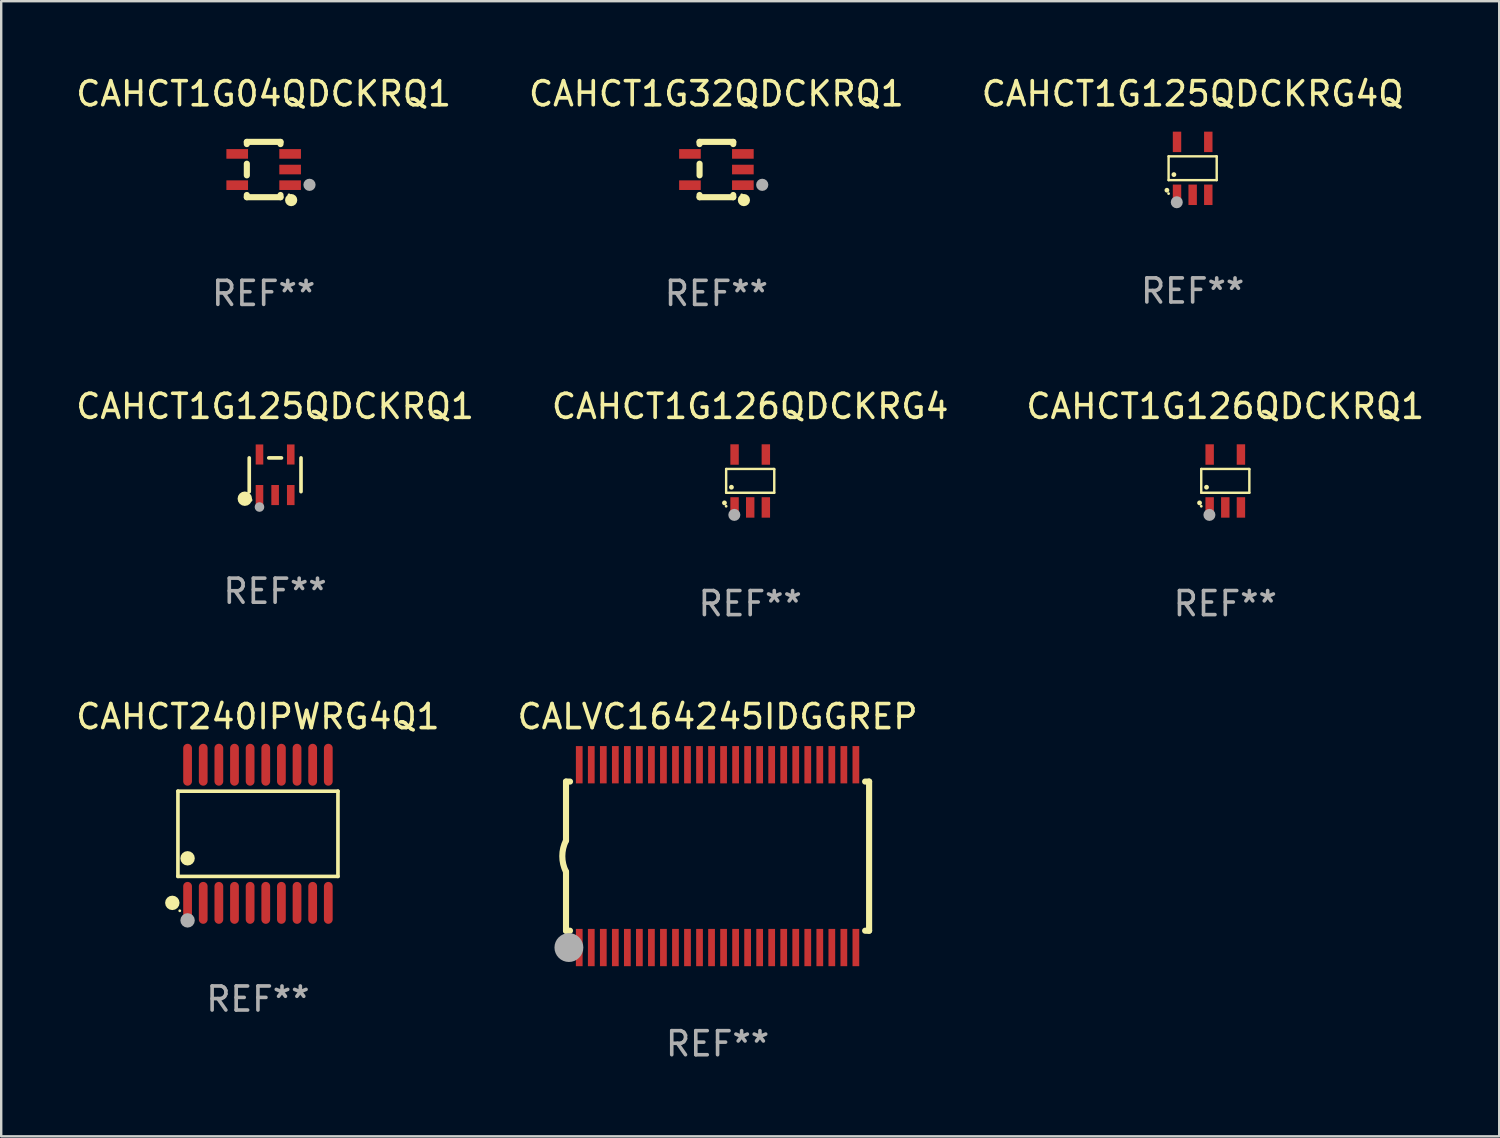
<source format=kicad_pcb>
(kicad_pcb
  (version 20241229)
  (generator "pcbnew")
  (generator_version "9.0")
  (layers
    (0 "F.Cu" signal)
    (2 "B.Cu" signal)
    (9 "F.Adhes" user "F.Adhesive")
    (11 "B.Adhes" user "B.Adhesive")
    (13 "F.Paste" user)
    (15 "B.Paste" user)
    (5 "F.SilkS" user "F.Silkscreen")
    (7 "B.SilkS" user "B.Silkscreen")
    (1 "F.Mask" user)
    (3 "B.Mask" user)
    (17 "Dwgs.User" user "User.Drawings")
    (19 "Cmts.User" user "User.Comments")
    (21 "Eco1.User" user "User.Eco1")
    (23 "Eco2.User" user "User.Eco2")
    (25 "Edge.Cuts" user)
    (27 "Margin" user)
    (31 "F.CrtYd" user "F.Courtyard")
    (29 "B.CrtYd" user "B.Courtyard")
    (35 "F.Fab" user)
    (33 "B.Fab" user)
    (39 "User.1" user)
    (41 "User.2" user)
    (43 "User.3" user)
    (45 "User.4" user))
  (footprint "CAHCT1G126QDCKRG4"
    (layer "F.Cu")
    (at 28.137 16.945)
    (property "Reference" "CAHCT1G126QDCKRG4" (at 0 -3.1 0) (layer "F.SilkS") (effects (font (size 1 1) (thickness 0.15))))
    (attr through_hole)
    (fp_line (start -1 -0.5) (end -1 0.49) (stroke (width 0.1) (type solid)) (layer "F.SilkS"))
    (fp_line (start -1 0.49) (end 1 0.49) (stroke (width 0.1) (type solid)) (layer "F.SilkS"))
    (fp_line (start 0.99 -0.5) (end -1 -0.5) (stroke (width 0.1) (type solid)) (layer "F.SilkS"))
    (fp_line (start 1 -0.49) (end 0.99 -0.5) (stroke (width 0.1) (type solid)) (layer "F.SilkS"))
    (fp_line (start 1 0.49) (end 1 -0.49) (stroke (width 0.1) (type solid)) (layer "F.SilkS"))
    (fp_circle (center -1.07 0.91) (end -1.02 0.91) (stroke (width 0.1) (type solid)) (fill no) (layer "F.SilkS"))
    (fp_circle (center -1 1.05) (end -0.97 1.05) (stroke (width 0.06) (type solid)) (fill no) (layer "F.SilkS"))
    (fp_circle (center -0.78 0.26) (end -0.73 0.26) (stroke (width 0.1) (type solid)) (fill no) (layer "F.SilkS"))
    (fp_circle (center -0.66 1.41) (end -0.535 1.41) (stroke (width 0.25) (type solid)) (fill no) (layer "F.Fab"))
    (fp_text user "REF**" (at 0 5.1 0) (layer "F.Fab") (effects (font (size 1 1) (thickness 0.15))))
    (pad "1" smd rect (at -0.65 1.1) (size 0.35 0.85) (layers "F.Cu" "F.Mask" "F.Paste"))
    (pad "2" smd rect (at 0.000051 1.1) (size 0.35 0.85) (layers "F.Cu" "F.Mask" "F.Paste"))
    (pad "3" smd rect (at 0.65 1.1) (size 0.35 0.85) (layers "F.Cu" "F.Mask" "F.Paste"))
    (pad "4" smd rect (at 0.65 -1.1) (size 0.35 0.85) (layers "F.Cu" "F.Mask" "F.Paste"))
    (pad "5" smd rect (at -0.65 -1.1) (size 0.35 0.85) (layers "F.Cu" "F.Mask" "F.Paste")))
  (footprint "CAHCT1G32QDCKRQ1"
    (layer "F.Cu")
    (at 26.732 3.998)
    (property "Reference" "CAHCT1G32QDCKRQ1" (at 0 -3.15 0) (layer "F.SilkS") (effects (font (size 1 1) (thickness 0.15))))
    (attr through_hole)
    (fp_line (start -0.7 -1.15) (end 0.7 -1.15) (stroke (width 0.254) (type solid)) (layer "F.SilkS"))
    (fp_line (start -0.7 -1.058) (end -0.7 -1.15) (stroke (width 0.254) (type solid)) (layer "F.SilkS"))
    (fp_line (start -0.7 0.242) (end -0.7 -0.242) (stroke (width 0.254) (type solid)) (layer "F.SilkS"))
    (fp_line (start -0.7 1.15) (end -0.7 1.058) (stroke (width 0.254) (type solid)) (layer "F.SilkS"))
    (fp_line (start -0.7 1.15) (end 0.7 1.15) (stroke (width 0.254) (type solid)) (layer "F.SilkS"))
    (fp_line (start 0.7 -1.058) (end 0.7 -1.15) (stroke (width 0.254) (type solid)) (layer "F.SilkS"))
    (fp_line (start 0.7 1.15) (end 0.7 1.058) (stroke (width 0.254) (type solid)) (layer "F.SilkS"))
    (fp_circle (center 1.053 1.052) (end 1.083 1.052) (stroke (width 0.06) (type solid)) (fill no) (layer "F.SilkS"))
    (fp_circle (center 1.143 1.27) (end 1.27 1.27) (stroke (width 0.254) (type solid)) (fill no) (layer "F.SilkS"))
    (fp_circle (center 1.905 0.635) (end 2.032 0.635) (stroke (width 0.254) (type solid)) (fill no) (layer "F.Fab"))
    (fp_text user "REF**" (at 0 5.15 0) (layer "F.Fab") (effects (font (size 1 1) (thickness 0.15))))
    (pad "1" smd rect (at 1.1 0.65 90) (size 0.4 0.9) (layers "F.Cu" "F.Mask" "F.Paste"))
    (pad "2" smd rect (at 1.1 0.000076 90) (size 0.4 0.9) (layers "F.Cu" "F.Mask" "F.Paste"))
    (pad "3" smd rect (at 1.1 -0.65 90) (size 0.4 0.9) (layers "F.Cu" "F.Mask" "F.Paste"))
    (pad "4" smd rect (at -1.1 -0.65 90) (size 0.4 0.9) (layers "F.Cu" "F.Mask" "F.Paste"))
    (pad "5" smd rect (at -1.1 0.65 90) (size 0.4 0.9) (layers "F.Cu" "F.Mask" "F.Paste")))
  (footprint "CAHCT240IPWRG4Q1"
    (layer "F.Cu")
    (at 7.673 31.612)
    (property "Reference" "CAHCT240IPWRG4Q1" (at 0 -4.871 0) (layer "F.SilkS") (effects (font (size 1 1) (thickness 0.15))))
    (attr through_hole)
    (fp_line (start -3.326 -1.771) (end 3.326 -1.771) (stroke (width 0.152) (type solid)) (layer "F.SilkS"))
    (fp_line (start -3.326 1.771) (end -3.326 -1.771) (stroke (width 0.152) (type solid)) (layer "F.SilkS"))
    (fp_line (start 3.326 -1.771) (end 3.326 1.771) (stroke (width 0.152) (type solid)) (layer "F.SilkS"))
    (fp_line (start 3.326 1.771) (end -3.326 1.771) (stroke (width 0.152) (type solid)) (layer "F.SilkS"))
    (fp_circle (center -3.559 2.871) (end -3.409 2.871) (stroke (width 0.3) (type solid)) (fill no) (layer "F.SilkS"))
    (fp_circle (center -3.25 3.2) (end -3.22 3.2) (stroke (width 0.06) (type solid)) (fill no) (layer "F.SilkS"))
    (fp_circle (center -2.925 1.019) (end -2.775 1.019) (stroke (width 0.3) (type solid)) (fill no) (layer "F.SilkS"))
    (fp_circle (center -2.925 3.6) (end -2.775 3.6) (stroke (width 0.3) (type solid)) (fill no) (layer "F.Fab"))
    (fp_text user "REF**" (at 0 6.871 0) (layer "F.Fab") (effects (font (size 1 1) (thickness 0.15))))
    (pad "1" smd oval (at -2.925 2.871) (size 0.364 1.742) (layers "F.Cu" "F.Mask" "F.Paste"))
    (pad "2" smd oval (at -2.275 2.871) (size 0.364 1.742) (layers "F.Cu" "F.Mask" "F.Paste"))
    (pad "3" smd oval (at -1.625 2.871) (size 0.364 1.742) (layers "F.Cu" "F.Mask" "F.Paste"))
    (pad "4" smd oval (at -0.975 2.871) (size 0.364 1.742) (layers "F.Cu" "F.Mask" "F.Paste"))
    (pad "5" smd oval (at -0.325 2.871) (size 0.364 1.742) (layers "F.Cu" "F.Mask" "F.Paste"))
    (pad "6" smd oval (at 0.325 2.871) (size 0.364 1.742) (layers "F.Cu" "F.Mask" "F.Paste"))
    (pad "7" smd oval (at 0.975 2.871) (size 0.364 1.742) (layers "F.Cu" "F.Mask" "F.Paste"))
    (pad "8" smd oval (at 1.625 2.871) (size 0.364 1.742) (layers "F.Cu" "F.Mask" "F.Paste"))
    (pad "9" smd oval (at 2.275 2.871) (size 0.364 1.742) (layers "F.Cu" "F.Mask" "F.Paste"))
    (pad "10" smd oval (at 2.925 2.871) (size 0.364 1.742) (layers "F.Cu" "F.Mask" "F.Paste"))
    (pad "11" smd oval (at 2.925 -2.871) (size 0.364 1.742) (layers "F.Cu" "F.Mask" "F.Paste"))
    (pad "12" smd oval (at 2.275 -2.871) (size 0.364 1.742) (layers "F.Cu" "F.Mask" "F.Paste"))
    (pad "13" smd oval (at 1.625 -2.871) (size 0.364 1.742) (layers "F.Cu" "F.Mask" "F.Paste"))
    (pad "14" smd oval (at 0.975 -2.871) (size 0.364 1.742) (layers "F.Cu" "F.Mask" "F.Paste"))
    (pad "15" smd oval (at 0.325 -2.871) (size 0.364 1.742) (layers "F.Cu" "F.Mask" "F.Paste"))
    (pad "16" smd oval (at -0.325 -2.871) (size 0.364 1.742) (layers "F.Cu" "F.Mask" "F.Paste"))
    (pad "17" smd oval (at -0.975 -2.871) (size 0.364 1.742) (layers "F.Cu" "F.Mask" "F.Paste"))
    (pad "18" smd oval (at -1.625 -2.871) (size 0.364 1.742) (layers "F.Cu" "F.Mask" "F.Paste"))
    (pad "19" smd oval (at -2.275 -2.871) (size 0.364 1.742) (layers "F.Cu" "F.Mask" "F.Paste"))
    (pad "20" smd oval (at -2.925 -2.871) (size 0.364 1.742) (layers "F.Cu" "F.Mask" "F.Paste")))
  (footprint "CAHCT1G125QDCKRG4Q"
    (layer "F.Cu")
    (at 46.53 3.948)
    (property "Reference" "CAHCT1G125QDCKRG4Q" (at 0 -3.1 0) (layer "F.SilkS") (effects (font (size 1 1) (thickness 0.15))))
    (attr through_hole)
    (fp_line (start -1 -0.5) (end -1 0.49) (stroke (width 0.1) (type solid)) (layer "F.SilkS"))
    (fp_line (start -1 0.49) (end 1 0.49) (stroke (width 0.1) (type solid)) (layer "F.SilkS"))
    (fp_line (start 0.99 -0.5) (end -1 -0.5) (stroke (width 0.1) (type solid)) (layer "F.SilkS"))
    (fp_line (start 1 -0.49) (end 0.99 -0.5) (stroke (width 0.1) (type solid)) (layer "F.SilkS"))
    (fp_line (start 1 0.49) (end 1 -0.49) (stroke (width 0.1) (type solid)) (layer "F.SilkS"))
    (fp_circle (center -1.07 0.91) (end -1.02 0.91) (stroke (width 0.1) (type solid)) (fill no) (layer "F.SilkS"))
    (fp_circle (center -1 1.05) (end -0.97 1.05) (stroke (width 0.06) (type solid)) (fill no) (layer "F.SilkS"))
    (fp_circle (center -0.78 0.26) (end -0.73 0.26) (stroke (width 0.1) (type solid)) (fill no) (layer "F.SilkS"))
    (fp_circle (center -0.66 1.41) (end -0.535 1.41) (stroke (width 0.25) (type solid)) (fill no) (layer "F.Fab"))
    (fp_text user "REF**" (at 0 5.1 0) (layer "F.Fab") (effects (font (size 1 1) (thickness 0.15))))
    (pad "1" smd rect (at -0.65 1.1) (size 0.35 0.85) (layers "F.Cu" "F.Mask" "F.Paste"))
    (pad "2" smd rect (at 0.000051 1.1) (size 0.35 0.85) (layers "F.Cu" "F.Mask" "F.Paste"))
    (pad "3" smd rect (at 0.65 1.1) (size 0.35 0.85) (layers "F.Cu" "F.Mask" "F.Paste"))
    (pad "4" smd rect (at 0.65 -1.1) (size 0.35 0.85) (layers "F.Cu" "F.Mask" "F.Paste"))
    (pad "5" smd rect (at -0.65 -1.1) (size 0.35 0.85) (layers "F.Cu" "F.Mask" "F.Paste")))
  (footprint "CAHCT1G04QDCKRQ1"
    (layer "F.Cu")
    (at 7.911 3.998)
    (property "Reference" "CAHCT1G04QDCKRQ1" (at 0 -3.15 0) (layer "F.SilkS") (effects (font (size 1 1) (thickness 0.15))))
    (attr through_hole)
    (fp_line (start -0.7 -1.15) (end 0.7 -1.15) (stroke (width 0.254) (type solid)) (layer "F.SilkS"))
    (fp_line (start -0.7 -1.058) (end -0.7 -1.15) (stroke (width 0.254) (type solid)) (layer "F.SilkS"))
    (fp_line (start -0.7 0.242) (end -0.7 -0.242) (stroke (width 0.254) (type solid)) (layer "F.SilkS"))
    (fp_line (start -0.7 1.15) (end -0.7 1.058) (stroke (width 0.254) (type solid)) (layer "F.SilkS"))
    (fp_line (start -0.7 1.15) (end 0.7 1.15) (stroke (width 0.254) (type solid)) (layer "F.SilkS"))
    (fp_line (start 0.7 -1.058) (end 0.7 -1.15) (stroke (width 0.254) (type solid)) (layer "F.SilkS"))
    (fp_line (start 0.7 1.15) (end 0.7 1.058) (stroke (width 0.254) (type solid)) (layer "F.SilkS"))
    (fp_circle (center 1.053 1.052) (end 1.083 1.052) (stroke (width 0.06) (type solid)) (fill no) (layer "F.SilkS"))
    (fp_circle (center 1.143 1.27) (end 1.27 1.27) (stroke (width 0.254) (type solid)) (fill no) (layer "F.SilkS"))
    (fp_circle (center 1.905 0.635) (end 2.032 0.635) (stroke (width 0.254) (type solid)) (fill no) (layer "F.Fab"))
    (fp_text user "REF**" (at 0 5.15 0) (layer "F.Fab") (effects (font (size 1 1) (thickness 0.15))))
    (pad "1" smd rect (at 1.1 0.65 90) (size 0.4 0.9) (layers "F.Cu" "F.Mask" "F.Paste"))
    (pad "2" smd rect (at 1.1 0.000076 90) (size 0.4 0.9) (layers "F.Cu" "F.Mask" "F.Paste"))
    (pad "3" smd rect (at 1.1 -0.65 90) (size 0.4 0.9) (layers "F.Cu" "F.Mask" "F.Paste"))
    (pad "4" smd rect (at -1.1 -0.65 90) (size 0.4 0.9) (layers "F.Cu" "F.Mask" "F.Paste"))
    (pad "5" smd rect (at -1.1 0.65 90) (size 0.4 0.9) (layers "F.Cu" "F.Mask" "F.Paste")))
  (footprint "CALVC164245IDGGREP"
    (layer "F.Cu")
    (at 26.78 32.541)
    (property "Reference" "CALVC164245IDGGREP" (at 0 -5.8 0) (layer "F.SilkS") (effects (font (size 1 1) (thickness 0.15))))
    (attr through_hole)
    (fp_line (start -6.3 -3.1) (end -6.3 -0.65) (stroke (width 0.254) (type solid)) (layer "F.SilkS"))
    (fp_line (start -6.3 -3.1) (end -6.134 -3.1) (stroke (width 0.254) (type solid)) (layer "F.SilkS"))
    (fp_line (start -6.3 3.1) (end -6.3 0.65) (stroke (width 0.254) (type solid)) (layer "F.SilkS"))
    (fp_line (start -6.3 3.1) (end -6.134 3.1) (stroke (width 0.254) (type solid)) (layer "F.SilkS"))
    (fp_line (start 6.134 -3.1) (end 6.3 -3.1) (stroke (width 0.254) (type solid)) (layer "F.SilkS"))
    (fp_line (start 6.134 3.1) (end 6.3 3.1) (stroke (width 0.254) (type solid)) (layer "F.SilkS"))
    (fp_line (start 6.3 -3.1) (end 6.3 3.1) (stroke (width 0.254) (type solid)) (layer "F.SilkS"))
    (fp_arc (start -6.301016 0.650114) (mid -6.45413 -0.000082) (end -6.3 -0.650038) (stroke (width 0.254001) (type solid)) (layer "F.SilkS"))
    (fp_circle (center -6.35 3.81) (end -6.223 3.81) (stroke (width 0.254) (type solid)) (fill no) (layer "F.SilkS"))
    (fp_circle (center -6.25 4.05) (end -6.22 4.05) (stroke (width 0.06) (type solid)) (fill no) (layer "F.SilkS"))
    (fp_circle (center -6.18 3.8) (end -5.88 3.8) (stroke (width 0.6) (type solid)) (fill no) (layer "F.Fab"))
    (fp_text user "REF**" (at 0 7.8 0) (layer "F.Fab") (effects (font (size 1 1) (thickness 0.15))))
    (pad "1" smd rect (at -5.75 3.8) (size 0.28 1.55) (layers "F.Cu" "F.Mask" "F.Paste"))
    (pad "2" smd rect (at -5.25 3.8) (size 0.28 1.55) (layers "F.Cu" "F.Mask" "F.Paste"))
    (pad "3" smd rect (at -4.75 3.8) (size 0.28 1.55) (layers "F.Cu" "F.Mask" "F.Paste"))
    (pad "4" smd rect (at -4.25 3.8) (size 0.28 1.55) (layers "F.Cu" "F.Mask" "F.Paste"))
    (pad "5" smd rect (at -3.75 3.8) (size 0.28 1.55) (layers "F.Cu" "F.Mask" "F.Paste"))
    (pad "6" smd rect (at -3.25 3.8) (size 0.28 1.55) (layers "F.Cu" "F.Mask" "F.Paste"))
    (pad "7" smd rect (at -2.75 3.8) (size 0.28 1.55) (layers "F.Cu" "F.Mask" "F.Paste"))
    (pad "8" smd rect (at -2.25 3.8) (size 0.28 1.55) (layers "F.Cu" "F.Mask" "F.Paste"))
    (pad "9" smd rect (at -1.75 3.8) (size 0.28 1.55) (layers "F.Cu" "F.Mask" "F.Paste"))
    (pad "10" smd rect (at -1.25 3.8) (size 0.28 1.55) (layers "F.Cu" "F.Mask" "F.Paste"))
    (pad "11" smd rect (at -0.75 3.8) (size 0.28 1.55) (layers "F.Cu" "F.Mask" "F.Paste"))
    (pad "12" smd rect (at -0.25 3.8) (size 0.28 1.55) (layers "F.Cu" "F.Mask" "F.Paste"))
    (pad "13" smd rect (at 0.25 3.8) (size 0.28 1.55) (layers "F.Cu" "F.Mask" "F.Paste"))
    (pad "14" smd rect (at 0.75 3.8) (size 0.28 1.55) (layers "F.Cu" "F.Mask" "F.Paste"))
    (pad "15" smd rect (at 1.25 3.8) (size 0.28 1.55) (layers "F.Cu" "F.Mask" "F.Paste"))
    (pad "16" smd rect (at 1.75 3.8) (size 0.28 1.55) (layers "F.Cu" "F.Mask" "F.Paste"))
    (pad "17" smd rect (at 2.25 3.8) (size 0.28 1.55) (layers "F.Cu" "F.Mask" "F.Paste"))
    (pad "18" smd rect (at 2.75 3.8) (size 0.28 1.55) (layers "F.Cu" "F.Mask" "F.Paste"))
    (pad "19" smd rect (at 3.25 3.8) (size 0.28 1.55) (layers "F.Cu" "F.Mask" "F.Paste"))
    (pad "20" smd rect (at 3.75 3.8) (size 0.28 1.55) (layers "F.Cu" "F.Mask" "F.Paste"))
    (pad "21" smd rect (at 4.25 3.8) (size 0.28 1.55) (layers "F.Cu" "F.Mask" "F.Paste"))
    (pad "22" smd rect (at 4.75 3.8) (size 0.28 1.55) (layers "F.Cu" "F.Mask" "F.Paste"))
    (pad "23" smd rect (at 5.25 3.8) (size 0.28 1.55) (layers "F.Cu" "F.Mask" "F.Paste"))
    (pad "24" smd rect (at 5.75 3.8) (size 0.28 1.55) (layers "F.Cu" "F.Mask" "F.Paste"))
    (pad "25" smd rect (at 5.75 -3.8) (size 0.28 1.55) (layers "F.Cu" "F.Mask" "F.Paste"))
    (pad "26" smd rect (at 5.25 -3.8) (size 0.28 1.55) (layers "F.Cu" "F.Mask" "F.Paste"))
    (pad "27" smd rect (at 4.75 -3.8) (size 0.28 1.55) (layers "F.Cu" "F.Mask" "F.Paste"))
    (pad "28" smd rect (at 4.25 -3.8) (size 0.28 1.55) (layers "F.Cu" "F.Mask" "F.Paste"))
    (pad "29" smd rect (at 3.75 -3.8) (size 0.28 1.55) (layers "F.Cu" "F.Mask" "F.Paste"))
    (pad "30" smd rect (at 3.25 -3.8) (size 0.28 1.55) (layers "F.Cu" "F.Mask" "F.Paste"))
    (pad "31" smd rect (at 2.75 -3.8) (size 0.28 1.55) (layers "F.Cu" "F.Mask" "F.Paste"))
    (pad "32" smd rect (at 2.25 -3.8) (size 0.28 1.55) (layers "F.Cu" "F.Mask" "F.Paste"))
    (pad "33" smd rect (at 1.75 -3.8) (size 0.28 1.55) (layers "F.Cu" "F.Mask" "F.Paste"))
    (pad "34" smd rect (at 1.25 -3.8) (size 0.28 1.55) (layers "F.Cu" "F.Mask" "F.Paste"))
    (pad "35" smd rect (at 0.75 -3.8) (size 0.28 1.55) (layers "F.Cu" "F.Mask" "F.Paste"))
    (pad "36" smd rect (at 0.25 -3.8) (size 0.28 1.55) (layers "F.Cu" "F.Mask" "F.Paste"))
    (pad "37" smd rect (at -0.25 -3.8) (size 0.28 1.55) (layers "F.Cu" "F.Mask" "F.Paste"))
    (pad "38" smd rect (at -0.75 -3.8) (size 0.28 1.55) (layers "F.Cu" "F.Mask" "F.Paste"))
    (pad "39" smd rect (at -1.25 -3.8) (size 0.28 1.55) (layers "F.Cu" "F.Mask" "F.Paste"))
    (pad "40" smd rect (at -1.75 -3.8) (size 0.28 1.55) (layers "F.Cu" "F.Mask" "F.Paste"))
    (pad "41" smd rect (at -2.25 -3.8) (size 0.28 1.55) (layers "F.Cu" "F.Mask" "F.Paste"))
    (pad "42" smd rect (at -2.75 -3.8) (size 0.28 1.55) (layers "F.Cu" "F.Mask" "F.Paste"))
    (pad "43" smd rect (at -3.25 -3.8) (size 0.28 1.55) (layers "F.Cu" "F.Mask" "F.Paste"))
    (pad "44" smd rect (at -3.75 -3.8) (size 0.28 1.55) (layers "F.Cu" "F.Mask" "F.Paste"))
    (pad "45" smd rect (at -4.25 -3.8) (size 0.28 1.55) (layers "F.Cu" "F.Mask" "F.Paste"))
    (pad "46" smd rect (at -4.75 -3.8) (size 0.28 1.55) (layers "F.Cu" "F.Mask" "F.Paste"))
    (pad "47" smd rect (at -5.25 -3.8) (size 0.28 1.55) (layers "F.Cu" "F.Mask" "F.Paste"))
    (pad "48" smd rect (at -5.75 -3.8) (size 0.28 1.55) (layers "F.Cu" "F.Mask" "F.Paste")))
  (footprint "CAHCT1G125QDCKRQ1"
    (layer "F.Cu")
    (at 8.387 16.687)
    (property "Reference" "CAHCT1G125QDCKRQ1" (at 0 -2.843 0) (layer "F.SilkS") (effects (font (size 1 1) (thickness 0.15))))
    (attr through_hole)
    (fp_line (start -1.076 0.701) (end -1.076 -0.701) (stroke (width 0.152) (type solid)) (layer "F.SilkS"))
    (fp_line (start 0.264 -0.701) (end -0.264 -0.701) (stroke (width 0.152) (type solid)) (layer "F.SilkS"))
    (fp_line (start 1.076 0.701) (end 1.076 -0.701) (stroke (width 0.152) (type solid)) (layer "F.SilkS"))
    (fp_circle (center -1.26 0.995) (end -1.11 0.995) (stroke (width 0.3) (type solid)) (fill no) (layer "F.SilkS"))
    (fp_circle (center -1 1.05) (end -0.97 1.05) (stroke (width 0.06) (type solid)) (fill no) (layer "F.SilkS"))
    (fp_circle (center -0.65 1.341) (end -0.55 1.341) (stroke (width 0.2) (type solid)) (fill no) (layer "F.Fab"))
    (fp_text user "REF**" (at 0 4.843 0) (layer "F.Fab") (effects (font (size 1 1) (thickness 0.15))))
    (pad "1" smd rect (at -0.65 0.843) (size 0.315 0.835) (layers "F.Cu" "F.Mask" "F.Paste"))
    (pad "2" smd rect (at 0.00014 0.843) (size 0.315 0.835) (layers "F.Cu" "F.Mask" "F.Paste"))
    (pad "3" smd rect (at 0.65 0.843) (size 0.315 0.835) (layers "F.Cu" "F.Mask" "F.Paste"))
    (pad "4" smd rect (at 0.65 -0.843) (size 0.315 0.835) (layers "F.Cu" "F.Mask" "F.Paste"))
    (pad "5" smd rect (at -0.65 -0.843) (size 0.315 0.835) (layers "F.Cu" "F.Mask" "F.Paste")))
  (footprint "CAHCT1G126QDCKRQ1"
    (layer "F.Cu")
    (at 47.887 16.945)
    (property "Reference" "CAHCT1G126QDCKRQ1" (at 0 -3.1 0) (layer "F.SilkS") (effects (font (size 1 1) (thickness 0.15))))
    (attr through_hole)
    (fp_line (start -1 -0.5) (end -1 0.49) (stroke (width 0.1) (type solid)) (layer "F.SilkS"))
    (fp_line (start -1 0.49) (end 1 0.49) (stroke (width 0.1) (type solid)) (layer "F.SilkS"))
    (fp_line (start 0.99 -0.5) (end -1 -0.5) (stroke (width 0.1) (type solid)) (layer "F.SilkS"))
    (fp_line (start 1 -0.49) (end 0.99 -0.5) (stroke (width 0.1) (type solid)) (layer "F.SilkS"))
    (fp_line (start 1 0.49) (end 1 -0.49) (stroke (width 0.1) (type solid)) (layer "F.SilkS"))
    (fp_circle (center -1.07 0.91) (end -1.02 0.91) (stroke (width 0.1) (type solid)) (fill no) (layer "F.SilkS"))
    (fp_circle (center -1 1.05) (end -0.97 1.05) (stroke (width 0.06) (type solid)) (fill no) (layer "F.SilkS"))
    (fp_circle (center -0.78 0.26) (end -0.73 0.26) (stroke (width 0.1) (type solid)) (fill no) (layer "F.SilkS"))
    (fp_circle (center -0.66 1.41) (end -0.535 1.41) (stroke (width 0.25) (type solid)) (fill no) (layer "F.Fab"))
    (fp_text user "REF**" (at 0 5.1 0) (layer "F.Fab") (effects (font (size 1 1) (thickness 0.15))))
    (pad "1" smd rect (at -0.65 1.1) (size 0.35 0.85) (layers "F.Cu" "F.Mask" "F.Paste"))
    (pad "2" smd rect (at 0.000051 1.1) (size 0.35 0.85) (layers "F.Cu" "F.Mask" "F.Paste"))
    (pad "3" smd rect (at 0.65 1.1) (size 0.35 0.85) (layers "F.Cu" "F.Mask" "F.Paste"))
    (pad "4" smd rect (at 0.65 -1.1) (size 0.35 0.85) (layers "F.Cu" "F.Mask" "F.Paste"))
    (pad "5" smd rect (at -0.65 -1.1) (size 0.35 0.85) (layers "F.Cu" "F.Mask" "F.Paste")))
  (gr_rect
    (start -3 -3)
    (end 59.274 44.189)
    (stroke (width 0.1) (type default))
    (fill no)
    (layer "Edge.Cuts")))
</source>
